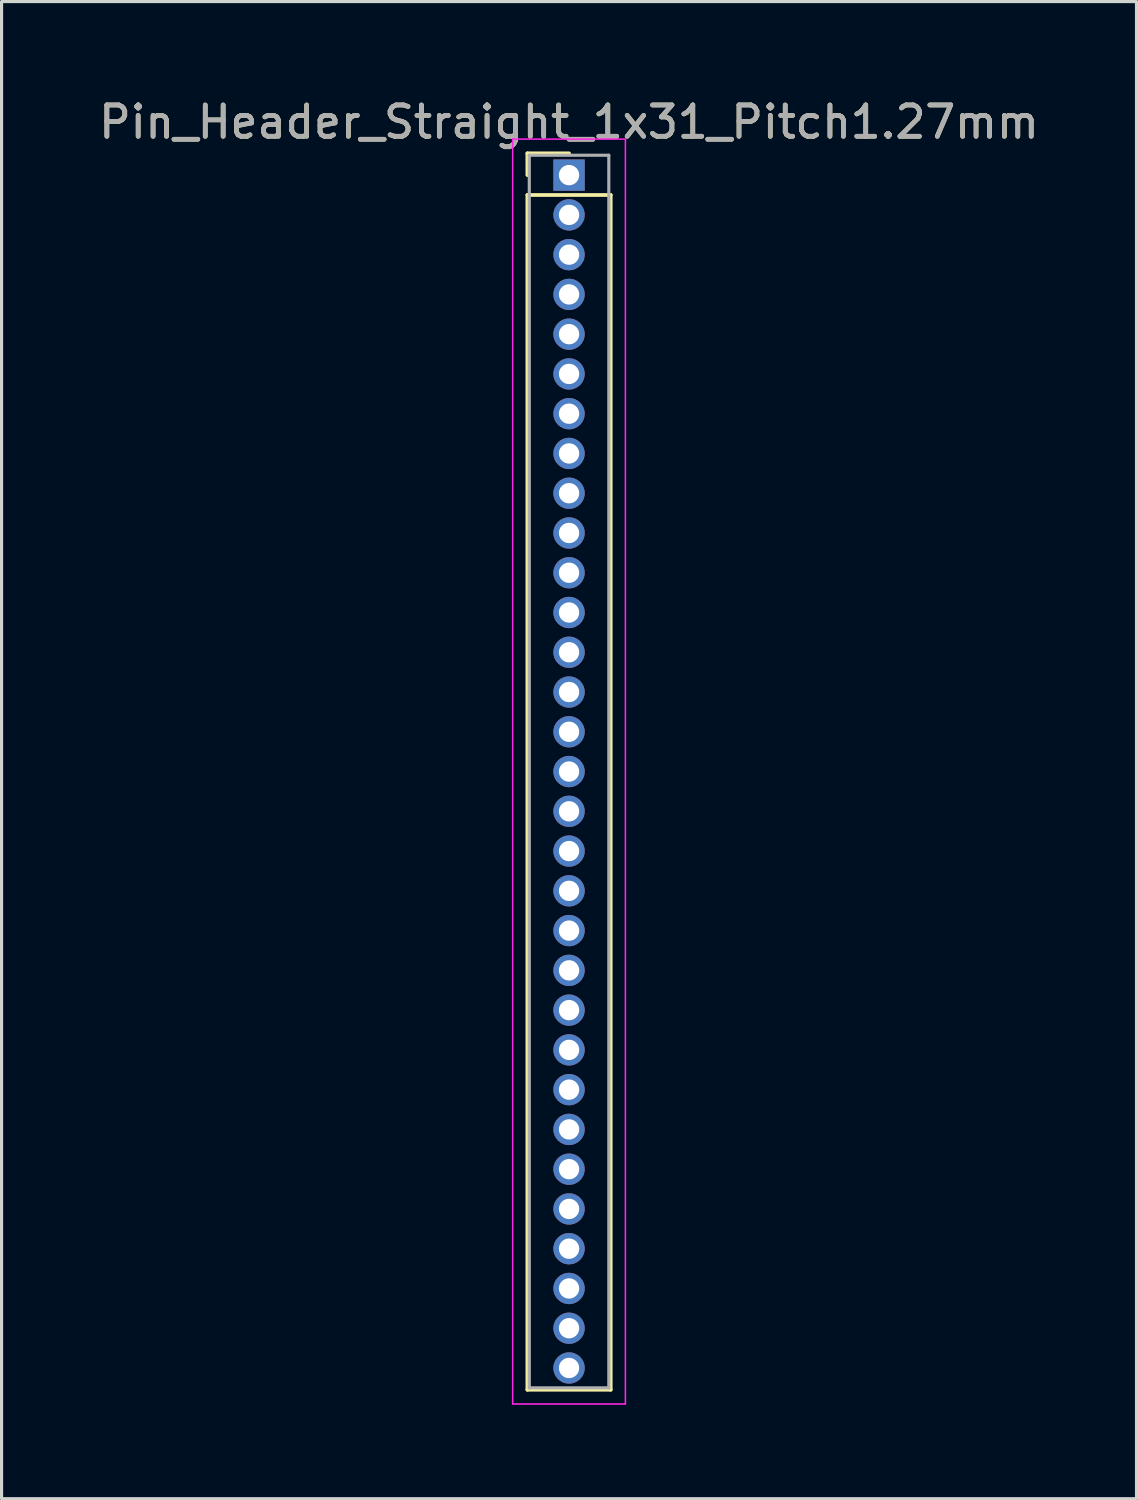
<source format=kicad_pcb>
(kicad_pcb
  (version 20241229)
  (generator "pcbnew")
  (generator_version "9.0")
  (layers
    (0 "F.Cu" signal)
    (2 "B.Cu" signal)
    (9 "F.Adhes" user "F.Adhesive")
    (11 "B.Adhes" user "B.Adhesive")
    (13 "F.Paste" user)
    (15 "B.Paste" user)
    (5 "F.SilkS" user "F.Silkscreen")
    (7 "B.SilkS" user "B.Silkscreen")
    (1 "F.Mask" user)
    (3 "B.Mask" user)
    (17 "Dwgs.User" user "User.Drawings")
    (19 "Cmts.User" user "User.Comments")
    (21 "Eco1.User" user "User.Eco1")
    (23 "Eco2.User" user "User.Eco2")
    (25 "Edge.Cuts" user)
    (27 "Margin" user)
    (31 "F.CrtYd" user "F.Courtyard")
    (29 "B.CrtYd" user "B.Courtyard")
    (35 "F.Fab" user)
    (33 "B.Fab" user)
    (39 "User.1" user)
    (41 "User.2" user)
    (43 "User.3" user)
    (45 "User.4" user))
  (footprint "Pin_Header_Straight_1x31_Pitch1.27mm"
    (layer "F.Cu")
    (at 15.125 2.543)
    (property "Reference" "Pin_Header_Straight_1x31_Pitch1.27mm" (at 0 -1.695 0) (layer "F.SilkS") (effects (font (size 1 1) (thickness 0.15))))
    (attr through_hole)
    (fp_line (start -1.33 -0.695) (end 0 -0.695) (stroke (width 0.12) (type solid)) (layer "F.SilkS"))
    (fp_line (start -1.33 0) (end -1.33 -0.695) (stroke (width 0.12) (type solid)) (layer "F.SilkS"))
    (fp_line (start -1.33 0.635) (end -1.33 38.795) (stroke (width 0.12) (type solid)) (layer "F.SilkS"))
    (fp_line (start -1.33 38.795) (end 1.33 38.795) (stroke (width 0.12) (type solid)) (layer "F.SilkS"))
    (fp_line (start 1.33 0.635) (end -1.33 0.635) (stroke (width 0.12) (type solid)) (layer "F.SilkS"))
    (fp_line (start 1.33 38.795) (end 1.33 0.635) (stroke (width 0.12) (type solid)) (layer "F.SilkS"))
    (fp_line (start -1.8 -1.15) (end -1.8 39.25) (stroke (width 0.05) (type solid)) (layer "F.CrtYd"))
    (fp_line (start -1.8 39.25) (end 1.8 39.25) (stroke (width 0.05) (type solid)) (layer "F.CrtYd"))
    (fp_line (start 1.8 -1.15) (end -1.8 -1.15) (stroke (width 0.05) (type solid)) (layer "F.CrtYd"))
    (fp_line (start 1.8 39.25) (end 1.8 -1.15) (stroke (width 0.05) (type solid)) (layer "F.CrtYd"))
    (fp_line (start -1.27 -0.635) (end -1.27 38.735) (stroke (width 0.1) (type solid)) (layer "F.Fab"))
    (fp_line (start -1.27 38.735) (end 1.27 38.735) (stroke (width 0.1) (type solid)) (layer "F.Fab"))
    (fp_line (start 1.27 -0.635) (end -1.27 -0.635) (stroke (width 0.1) (type solid)) (layer "F.Fab"))
    (fp_line (start 1.27 38.735) (end 1.27 -0.635) (stroke (width 0.1) (type solid)) (layer "F.Fab"))
    (fp_text user "${REFERENCE}" (at 0 -1.695 0) (layer "F.Fab") (effects (font (size 1 1) (thickness 0.15))))
    (pad "1" thru_hole rect (at 0 0) (size 1 1) (drill 0.65) (layers "*.Cu" "*.Mask"))
    (pad "2" thru_hole oval (at 0 1.27) (size 1 1) (drill 0.65) (layers "*.Cu" "*.Mask"))
    (pad "3" thru_hole oval (at 0 2.54) (size 1 1) (drill 0.65) (layers "*.Cu" "*.Mask"))
    (pad "4" thru_hole oval (at 0 3.81) (size 1 1) (drill 0.65) (layers "*.Cu" "*.Mask"))
    (pad "5" thru_hole oval (at 0 5.08) (size 1 1) (drill 0.65) (layers "*.Cu" "*.Mask"))
    (pad "6" thru_hole oval (at 0 6.35) (size 1 1) (drill 0.65) (layers "*.Cu" "*.Mask"))
    (pad "7" thru_hole oval (at 0 7.62) (size 1 1) (drill 0.65) (layers "*.Cu" "*.Mask"))
    (pad "8" thru_hole oval (at 0 8.89) (size 1 1) (drill 0.65) (layers "*.Cu" "*.Mask"))
    (pad "9" thru_hole oval (at 0 10.16) (size 1 1) (drill 0.65) (layers "*.Cu" "*.Mask"))
    (pad "10" thru_hole oval (at 0 11.43) (size 1 1) (drill 0.65) (layers "*.Cu" "*.Mask"))
    (pad "11" thru_hole oval (at 0 12.7) (size 1 1) (drill 0.65) (layers "*.Cu" "*.Mask"))
    (pad "12" thru_hole oval (at 0 13.97) (size 1 1) (drill 0.65) (layers "*.Cu" "*.Mask"))
    (pad "13" thru_hole oval (at 0 15.24) (size 1 1) (drill 0.65) (layers "*.Cu" "*.Mask"))
    (pad "14" thru_hole oval (at 0 16.51) (size 1 1) (drill 0.65) (layers "*.Cu" "*.Mask"))
    (pad "15" thru_hole oval (at 0 17.78) (size 1 1) (drill 0.65) (layers "*.Cu" "*.Mask"))
    (pad "16" thru_hole oval (at 0 19.05) (size 1 1) (drill 0.65) (layers "*.Cu" "*.Mask"))
    (pad "17" thru_hole oval (at 0 20.32) (size 1 1) (drill 0.65) (layers "*.Cu" "*.Mask"))
    (pad "18" thru_hole oval (at 0 21.59) (size 1 1) (drill 0.65) (layers "*.Cu" "*.Mask"))
    (pad "19" thru_hole oval (at 0 22.86) (size 1 1) (drill 0.65) (layers "*.Cu" "*.Mask"))
    (pad "20" thru_hole oval (at 0 24.13) (size 1 1) (drill 0.65) (layers "*.Cu" "*.Mask"))
    (pad "21" thru_hole oval (at 0 25.4) (size 1 1) (drill 0.65) (layers "*.Cu" "*.Mask"))
    (pad "22" thru_hole oval (at 0 26.67) (size 1 1) (drill 0.65) (layers "*.Cu" "*.Mask"))
    (pad "23" thru_hole oval (at 0 27.94) (size 1 1) (drill 0.65) (layers "*.Cu" "*.Mask"))
    (pad "24" thru_hole oval (at 0 29.21) (size 1 1) (drill 0.65) (layers "*.Cu" "*.Mask"))
    (pad "25" thru_hole oval (at 0 30.48) (size 1 1) (drill 0.65) (layers "*.Cu" "*.Mask"))
    (pad "26" thru_hole oval (at 0 31.75) (size 1 1) (drill 0.65) (layers "*.Cu" "*.Mask"))
    (pad "27" thru_hole oval (at 0 33.02) (size 1 1) (drill 0.65) (layers "*.Cu" "*.Mask"))
    (pad "28" thru_hole oval (at 0 34.29) (size 1 1) (drill 0.65) (layers "*.Cu" "*.Mask"))
    (pad "29" thru_hole oval (at 0 35.56) (size 1 1) (drill 0.65) (layers "*.Cu" "*.Mask"))
    (pad "30" thru_hole oval (at 0 36.83) (size 1 1) (drill 0.65) (layers "*.Cu" "*.Mask"))
    (pad "31" thru_hole oval (at 0 38.1) (size 1 1) (drill 0.65) (layers "*.Cu" "*.Mask")))
  (gr_rect
    (start -3 -3)
    (end 33.25 44.818)
    (stroke (width 0.1) (type default))
    (fill no)
    (layer "Edge.Cuts")))
</source>
